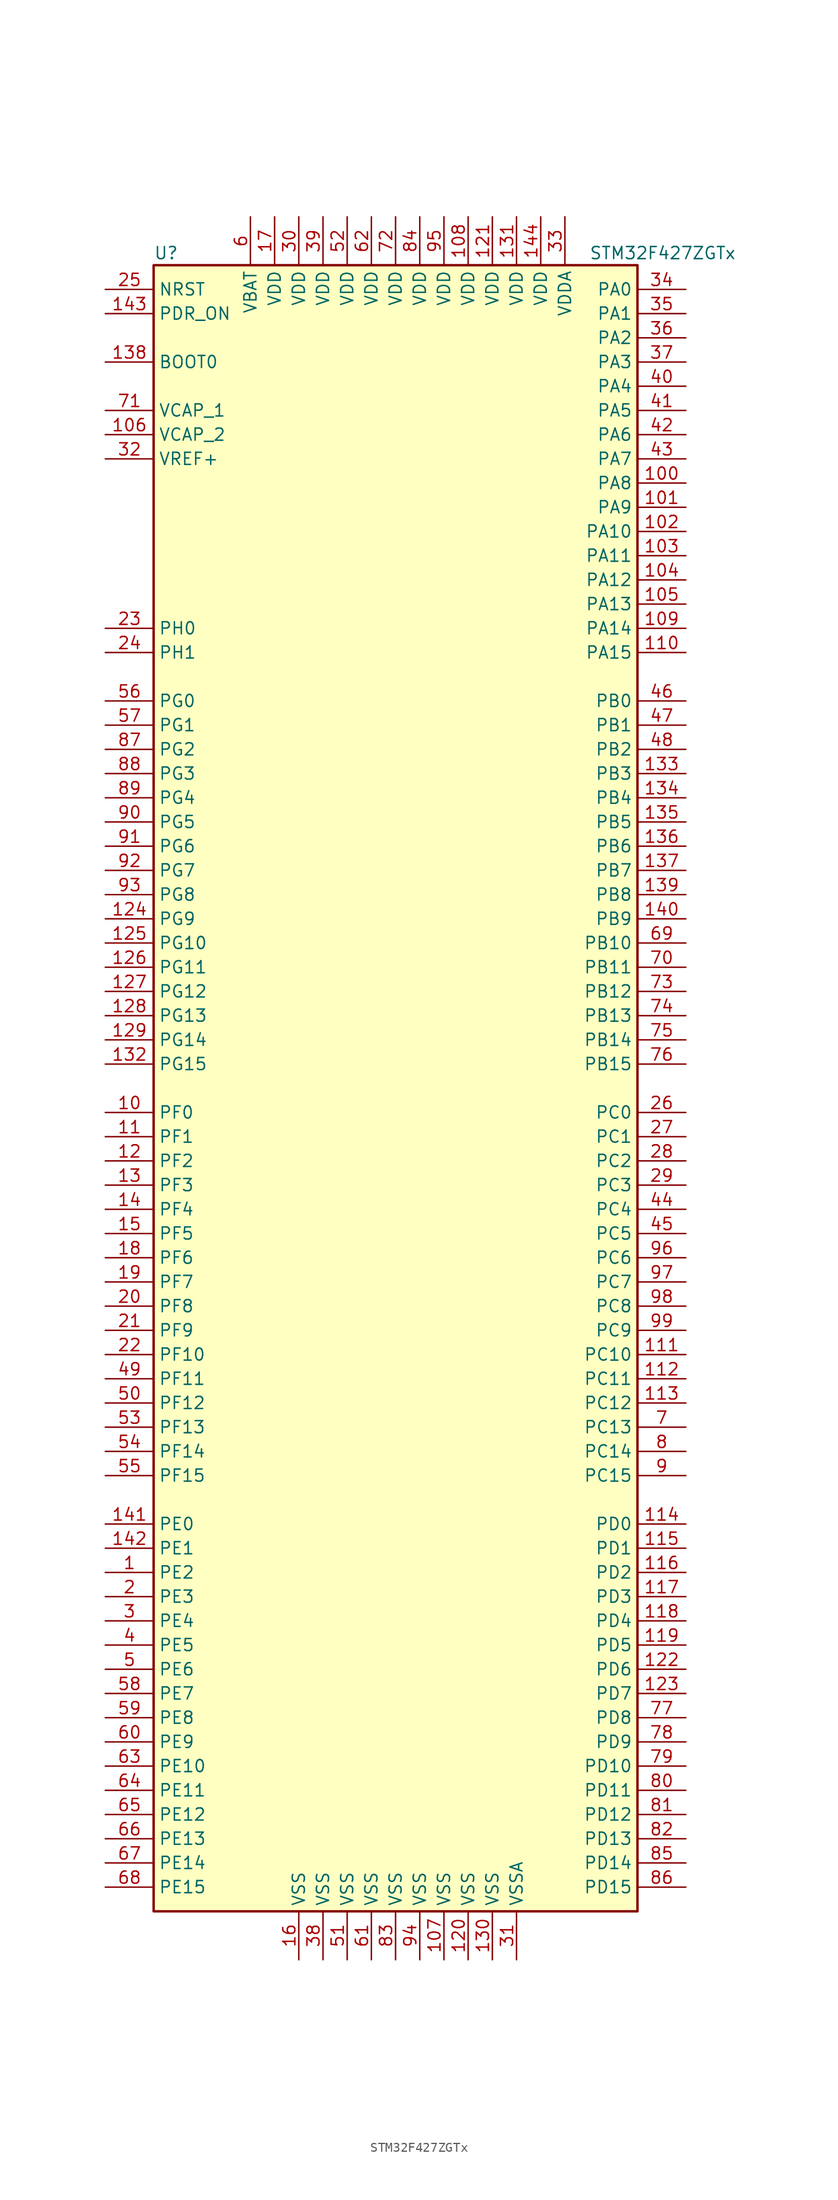
<source format=kicad_sym>
(kicad_symbol_lib
  (version 20201005)
  (generator kicad_symbol_editor)
  (symbol "MCU_ST_STM32F4:STM32F427ZGTx"
    (property "Reference" "U"
      (at -25.4 87.63 0)
      (effects (font (size 1.27 1.27)) (justify left)))
    (property "Value" "STM32F427ZGTx"
      (at 20.32 87.63 0)
      (effects (font (size 1.27 1.27)) (justify left)))
    (symbol "STM32F427ZGTx_0_1"
      (rectangle (start -25.4 -86.36) (end 25.4 86.36) (stroke (width 0.254)) (fill (type background))))
    (symbol "STM32F427ZGTx_1_1"
      (pin input line (at -30.48 76.2 0) (length 5.08) (name "BOOT0" (effects (font (size 1.27 1.27)))) (number "138" (effects (font (size 1.27 1.27)))))
      (pin input line (at -30.48 83.82 0) (length 5.08) (name "NRST" (effects (font (size 1.27 1.27)))) (number "25" (effects (font (size 1.27 1.27)))))
      (pin bidirectional line (at 30.48 83.82 180) (length 5.08) (name "PA0" (effects (font (size 1.27 1.27)))) (number "34" (effects (font (size 1.27 1.27)))))
      (pin bidirectional line (at 30.48 81.28 180) (length 5.08) (name "PA1" (effects (font (size 1.27 1.27)))) (number "35" (effects (font (size 1.27 1.27)))))
      (pin bidirectional line (at 30.48 58.42 180) (length 5.08) (name "PA10" (effects (font (size 1.27 1.27)))) (number "102" (effects (font (size 1.27 1.27)))))
      (pin bidirectional line (at 30.48 55.88 180) (length 5.08) (name "PA11" (effects (font (size 1.27 1.27)))) (number "103" (effects (font (size 1.27 1.27)))))
      (pin bidirectional line (at 30.48 53.34 180) (length 5.08) (name "PA12" (effects (font (size 1.27 1.27)))) (number "104" (effects (font (size 1.27 1.27)))))
      (pin bidirectional line (at 30.48 50.8 180) (length 5.08) (name "PA13" (effects (font (size 1.27 1.27)))) (number "105" (effects (font (size 1.27 1.27)))))
      (pin bidirectional line (at 30.48 48.26 180) (length 5.08) (name "PA14" (effects (font (size 1.27 1.27)))) (number "109" (effects (font (size 1.27 1.27)))))
      (pin bidirectional line (at 30.48 45.72 180) (length 5.08) (name "PA15" (effects (font (size 1.27 1.27)))) (number "110" (effects (font (size 1.27 1.27)))))
      (pin bidirectional line (at 30.48 78.74 180) (length 5.08) (name "PA2" (effects (font (size 1.27 1.27)))) (number "36" (effects (font (size 1.27 1.27)))))
      (pin bidirectional line (at 30.48 76.2 180) (length 5.08) (name "PA3" (effects (font (size 1.27 1.27)))) (number "37" (effects (font (size 1.27 1.27)))))
      (pin bidirectional line (at 30.48 73.66 180) (length 5.08) (name "PA4" (effects (font (size 1.27 1.27)))) (number "40" (effects (font (size 1.27 1.27)))))
      (pin bidirectional line (at 30.48 71.12 180) (length 5.08) (name "PA5" (effects (font (size 1.27 1.27)))) (number "41" (effects (font (size 1.27 1.27)))))
      (pin bidirectional line (at 30.48 68.58 180) (length 5.08) (name "PA6" (effects (font (size 1.27 1.27)))) (number "42" (effects (font (size 1.27 1.27)))))
      (pin bidirectional line (at 30.48 66.04 180) (length 5.08) (name "PA7" (effects (font (size 1.27 1.27)))) (number "43" (effects (font (size 1.27 1.27)))))
      (pin bidirectional line (at 30.48 63.5 180) (length 5.08) (name "PA8" (effects (font (size 1.27 1.27)))) (number "100" (effects (font (size 1.27 1.27)))))
      (pin bidirectional line (at 30.48 60.96 180) (length 5.08) (name "PA9" (effects (font (size 1.27 1.27)))) (number "101" (effects (font (size 1.27 1.27)))))
      (pin bidirectional line (at 30.48 40.64 180) (length 5.08) (name "PB0" (effects (font (size 1.27 1.27)))) (number "46" (effects (font (size 1.27 1.27)))))
      (pin bidirectional line (at 30.48 38.1 180) (length 5.08) (name "PB1" (effects (font (size 1.27 1.27)))) (number "47" (effects (font (size 1.27 1.27)))))
      (pin bidirectional line (at 30.48 15.24 180) (length 5.08) (name "PB10" (effects (font (size 1.27 1.27)))) (number "69" (effects (font (size 1.27 1.27)))))
      (pin bidirectional line (at 30.48 12.7 180) (length 5.08) (name "PB11" (effects (font (size 1.27 1.27)))) (number "70" (effects (font (size 1.27 1.27)))))
      (pin bidirectional line (at 30.48 10.16 180) (length 5.08) (name "PB12" (effects (font (size 1.27 1.27)))) (number "73" (effects (font (size 1.27 1.27)))))
      (pin bidirectional line (at 30.48 7.62 180) (length 5.08) (name "PB13" (effects (font (size 1.27 1.27)))) (number "74" (effects (font (size 1.27 1.27)))))
      (pin bidirectional line (at 30.48 5.08 180) (length 5.08) (name "PB14" (effects (font (size 1.27 1.27)))) (number "75" (effects (font (size 1.27 1.27)))))
      (pin bidirectional line (at 30.48 2.54 180) (length 5.08) (name "PB15" (effects (font (size 1.27 1.27)))) (number "76" (effects (font (size 1.27 1.27)))))
      (pin bidirectional line (at 30.48 35.56 180) (length 5.08) (name "PB2" (effects (font (size 1.27 1.27)))) (number "48" (effects (font (size 1.27 1.27)))))
      (pin bidirectional line (at 30.48 33.02 180) (length 5.08) (name "PB3" (effects (font (size 1.27 1.27)))) (number "133" (effects (font (size 1.27 1.27)))))
      (pin bidirectional line (at 30.48 30.48 180) (length 5.08) (name "PB4" (effects (font (size 1.27 1.27)))) (number "134" (effects (font (size 1.27 1.27)))))
      (pin bidirectional line (at 30.48 27.94 180) (length 5.08) (name "PB5" (effects (font (size 1.27 1.27)))) (number "135" (effects (font (size 1.27 1.27)))))
      (pin bidirectional line (at 30.48 25.4 180) (length 5.08) (name "PB6" (effects (font (size 1.27 1.27)))) (number "136" (effects (font (size 1.27 1.27)))))
      (pin bidirectional line (at 30.48 22.86 180) (length 5.08) (name "PB7" (effects (font (size 1.27 1.27)))) (number "137" (effects (font (size 1.27 1.27)))))
      (pin bidirectional line (at 30.48 20.32 180) (length 5.08) (name "PB8" (effects (font (size 1.27 1.27)))) (number "139" (effects (font (size 1.27 1.27)))))
      (pin bidirectional line (at 30.48 17.78 180) (length 5.08) (name "PB9" (effects (font (size 1.27 1.27)))) (number "140" (effects (font (size 1.27 1.27)))))
      (pin bidirectional line (at 30.48 -2.54 180) (length 5.08) (name "PC0" (effects (font (size 1.27 1.27)))) (number "26" (effects (font (size 1.27 1.27)))))
      (pin bidirectional line (at 30.48 -5.08 180) (length 5.08) (name "PC1" (effects (font (size 1.27 1.27)))) (number "27" (effects (font (size 1.27 1.27)))))
      (pin bidirectional line (at 30.48 -27.94 180) (length 5.08) (name "PC10" (effects (font (size 1.27 1.27)))) (number "111" (effects (font (size 1.27 1.27)))))
      (pin bidirectional line (at 30.48 -30.48 180) (length 5.08) (name "PC11" (effects (font (size 1.27 1.27)))) (number "112" (effects (font (size 1.27 1.27)))))
      (pin bidirectional line (at 30.48 -33.02 180) (length 5.08) (name "PC12" (effects (font (size 1.27 1.27)))) (number "113" (effects (font (size 1.27 1.27)))))
      (pin bidirectional line (at 30.48 -35.56 180) (length 5.08) (name "PC13" (effects (font (size 1.27 1.27)))) (number "7" (effects (font (size 1.27 1.27)))))
      (pin bidirectional line (at 30.48 -38.1 180) (length 5.08) (name "PC14" (effects (font (size 1.27 1.27)))) (number "8" (effects (font (size 1.27 1.27)))))
      (pin bidirectional line (at 30.48 -40.64 180) (length 5.08) (name "PC15" (effects (font (size 1.27 1.27)))) (number "9" (effects (font (size 1.27 1.27)))))
      (pin bidirectional line (at 30.48 -7.62 180) (length 5.08) (name "PC2" (effects (font (size 1.27 1.27)))) (number "28" (effects (font (size 1.27 1.27)))))
      (pin bidirectional line (at 30.48 -10.16 180) (length 5.08) (name "PC3" (effects (font (size 1.27 1.27)))) (number "29" (effects (font (size 1.27 1.27)))))
      (pin bidirectional line (at 30.48 -12.7 180) (length 5.08) (name "PC4" (effects (font (size 1.27 1.27)))) (number "44" (effects (font (size 1.27 1.27)))))
      (pin bidirectional line (at 30.48 -15.24 180) (length 5.08) (name "PC5" (effects (font (size 1.27 1.27)))) (number "45" (effects (font (size 1.27 1.27)))))
      (pin bidirectional line (at 30.48 -17.78 180) (length 5.08) (name "PC6" (effects (font (size 1.27 1.27)))) (number "96" (effects (font (size 1.27 1.27)))))
      (pin bidirectional line (at 30.48 -20.32 180) (length 5.08) (name "PC7" (effects (font (size 1.27 1.27)))) (number "97" (effects (font (size 1.27 1.27)))))
      (pin bidirectional line (at 30.48 -22.86 180) (length 5.08) (name "PC8" (effects (font (size 1.27 1.27)))) (number "98" (effects (font (size 1.27 1.27)))))
      (pin bidirectional line (at 30.48 -25.4 180) (length 5.08) (name "PC9" (effects (font (size 1.27 1.27)))) (number "99" (effects (font (size 1.27 1.27)))))
      (pin bidirectional line (at 30.48 -45.72 180) (length 5.08) (name "PD0" (effects (font (size 1.27 1.27)))) (number "114" (effects (font (size 1.27 1.27)))))
      (pin bidirectional line (at 30.48 -48.26 180) (length 5.08) (name "PD1" (effects (font (size 1.27 1.27)))) (number "115" (effects (font (size 1.27 1.27)))))
      (pin bidirectional line (at 30.48 -71.12 180) (length 5.08) (name "PD10" (effects (font (size 1.27 1.27)))) (number "79" (effects (font (size 1.27 1.27)))))
      (pin bidirectional line (at 30.48 -73.66 180) (length 5.08) (name "PD11" (effects (font (size 1.27 1.27)))) (number "80" (effects (font (size 1.27 1.27)))))
      (pin bidirectional line (at 30.48 -76.2 180) (length 5.08) (name "PD12" (effects (font (size 1.27 1.27)))) (number "81" (effects (font (size 1.27 1.27)))))
      (pin bidirectional line (at 30.48 -78.74 180) (length 5.08) (name "PD13" (effects (font (size 1.27 1.27)))) (number "82" (effects (font (size 1.27 1.27)))))
      (pin bidirectional line (at 30.48 -81.28 180) (length 5.08) (name "PD14" (effects (font (size 1.27 1.27)))) (number "85" (effects (font (size 1.27 1.27)))))
      (pin bidirectional line (at 30.48 -83.82 180) (length 5.08) (name "PD15" (effects (font (size 1.27 1.27)))) (number "86" (effects (font (size 1.27 1.27)))))
      (pin bidirectional line (at 30.48 -50.8 180) (length 5.08) (name "PD2" (effects (font (size 1.27 1.27)))) (number "116" (effects (font (size 1.27 1.27)))))
      (pin bidirectional line (at 30.48 -53.34 180) (length 5.08) (name "PD3" (effects (font (size 1.27 1.27)))) (number "117" (effects (font (size 1.27 1.27)))))
      (pin bidirectional line (at 30.48 -55.88 180) (length 5.08) (name "PD4" (effects (font (size 1.27 1.27)))) (number "118" (effects (font (size 1.27 1.27)))))
      (pin bidirectional line (at 30.48 -58.42 180) (length 5.08) (name "PD5" (effects (font (size 1.27 1.27)))) (number "119" (effects (font (size 1.27 1.27)))))
      (pin bidirectional line (at 30.48 -60.96 180) (length 5.08) (name "PD6" (effects (font (size 1.27 1.27)))) (number "122" (effects (font (size 1.27 1.27)))))
      (pin bidirectional line (at 30.48 -63.5 180) (length 5.08) (name "PD7" (effects (font (size 1.27 1.27)))) (number "123" (effects (font (size 1.27 1.27)))))
      (pin bidirectional line (at 30.48 -66.04 180) (length 5.08) (name "PD8" (effects (font (size 1.27 1.27)))) (number "77" (effects (font (size 1.27 1.27)))))
      (pin bidirectional line (at 30.48 -68.58 180) (length 5.08) (name "PD9" (effects (font (size 1.27 1.27)))) (number "78" (effects (font (size 1.27 1.27)))))
      (pin input line (at -30.48 81.28 0) (length 5.08) (name "PDR_ON" (effects (font (size 1.27 1.27)))) (number "143" (effects (font (size 1.27 1.27)))))
      (pin bidirectional line (at -30.48 -45.72 0) (length 5.08) (name "PE0" (effects (font (size 1.27 1.27)))) (number "141" (effects (font (size 1.27 1.27)))))
      (pin bidirectional line (at -30.48 -48.26 0) (length 5.08) (name "PE1" (effects (font (size 1.27 1.27)))) (number "142" (effects (font (size 1.27 1.27)))))
      (pin bidirectional line (at -30.48 -71.12 0) (length 5.08) (name "PE10" (effects (font (size 1.27 1.27)))) (number "63" (effects (font (size 1.27 1.27)))))
      (pin bidirectional line (at -30.48 -73.66 0) (length 5.08) (name "PE11" (effects (font (size 1.27 1.27)))) (number "64" (effects (font (size 1.27 1.27)))))
      (pin bidirectional line (at -30.48 -76.2 0) (length 5.08) (name "PE12" (effects (font (size 1.27 1.27)))) (number "65" (effects (font (size 1.27 1.27)))))
      (pin bidirectional line (at -30.48 -78.74 0) (length 5.08) (name "PE13" (effects (font (size 1.27 1.27)))) (number "66" (effects (font (size 1.27 1.27)))))
      (pin bidirectional line (at -30.48 -81.28 0) (length 5.08) (name "PE14" (effects (font (size 1.27 1.27)))) (number "67" (effects (font (size 1.27 1.27)))))
      (pin bidirectional line (at -30.48 -83.82 0) (length 5.08) (name "PE15" (effects (font (size 1.27 1.27)))) (number "68" (effects (font (size 1.27 1.27)))))
      (pin bidirectional line (at -30.48 -50.8 0) (length 5.08) (name "PE2" (effects (font (size 1.27 1.27)))) (number "1" (effects (font (size 1.27 1.27)))))
      (pin bidirectional line (at -30.48 -53.34 0) (length 5.08) (name "PE3" (effects (font (size 1.27 1.27)))) (number "2" (effects (font (size 1.27 1.27)))))
      (pin bidirectional line (at -30.48 -55.88 0) (length 5.08) (name "PE4" (effects (font (size 1.27 1.27)))) (number "3" (effects (font (size 1.27 1.27)))))
      (pin bidirectional line (at -30.48 -58.42 0) (length 5.08) (name "PE5" (effects (font (size 1.27 1.27)))) (number "4" (effects (font (size 1.27 1.27)))))
      (pin bidirectional line (at -30.48 -60.96 0) (length 5.08) (name "PE6" (effects (font (size 1.27 1.27)))) (number "5" (effects (font (size 1.27 1.27)))))
      (pin bidirectional line (at -30.48 -63.5 0) (length 5.08) (name "PE7" (effects (font (size 1.27 1.27)))) (number "58" (effects (font (size 1.27 1.27)))))
      (pin bidirectional line (at -30.48 -66.04 0) (length 5.08) (name "PE8" (effects (font (size 1.27 1.27)))) (number "59" (effects (font (size 1.27 1.27)))))
      (pin bidirectional line (at -30.48 -68.58 0) (length 5.08) (name "PE9" (effects (font (size 1.27 1.27)))) (number "60" (effects (font (size 1.27 1.27)))))
      (pin bidirectional line (at -30.48 -2.54 0) (length 5.08) (name "PF0" (effects (font (size 1.27 1.27)))) (number "10" (effects (font (size 1.27 1.27)))))
      (pin bidirectional line (at -30.48 -5.08 0) (length 5.08) (name "PF1" (effects (font (size 1.27 1.27)))) (number "11" (effects (font (size 1.27 1.27)))))
      (pin bidirectional line (at -30.48 -27.94 0) (length 5.08) (name "PF10" (effects (font (size 1.27 1.27)))) (number "22" (effects (font (size 1.27 1.27)))))
      (pin bidirectional line (at -30.48 -30.48 0) (length 5.08) (name "PF11" (effects (font (size 1.27 1.27)))) (number "49" (effects (font (size 1.27 1.27)))))
      (pin bidirectional line (at -30.48 -33.02 0) (length 5.08) (name "PF12" (effects (font (size 1.27 1.27)))) (number "50" (effects (font (size 1.27 1.27)))))
      (pin bidirectional line (at -30.48 -35.56 0) (length 5.08) (name "PF13" (effects (font (size 1.27 1.27)))) (number "53" (effects (font (size 1.27 1.27)))))
      (pin bidirectional line (at -30.48 -38.1 0) (length 5.08) (name "PF14" (effects (font (size 1.27 1.27)))) (number "54" (effects (font (size 1.27 1.27)))))
      (pin bidirectional line (at -30.48 -40.64 0) (length 5.08) (name "PF15" (effects (font (size 1.27 1.27)))) (number "55" (effects (font (size 1.27 1.27)))))
      (pin bidirectional line (at -30.48 -7.62 0) (length 5.08) (name "PF2" (effects (font (size 1.27 1.27)))) (number "12" (effects (font (size 1.27 1.27)))))
      (pin bidirectional line (at -30.48 -10.16 0) (length 5.08) (name "PF3" (effects (font (size 1.27 1.27)))) (number "13" (effects (font (size 1.27 1.27)))))
      (pin bidirectional line (at -30.48 -12.7 0) (length 5.08) (name "PF4" (effects (font (size 1.27 1.27)))) (number "14" (effects (font (size 1.27 1.27)))))
      (pin bidirectional line (at -30.48 -15.24 0) (length 5.08) (name "PF5" (effects (font (size 1.27 1.27)))) (number "15" (effects (font (size 1.27 1.27)))))
      (pin bidirectional line (at -30.48 -17.78 0) (length 5.08) (name "PF6" (effects (font (size 1.27 1.27)))) (number "18" (effects (font (size 1.27 1.27)))))
      (pin bidirectional line (at -30.48 -20.32 0) (length 5.08) (name "PF7" (effects (font (size 1.27 1.27)))) (number "19" (effects (font (size 1.27 1.27)))))
      (pin bidirectional line (at -30.48 -22.86 0) (length 5.08) (name "PF8" (effects (font (size 1.27 1.27)))) (number "20" (effects (font (size 1.27 1.27)))))
      (pin bidirectional line (at -30.48 -25.4 0) (length 5.08) (name "PF9" (effects (font (size 1.27 1.27)))) (number "21" (effects (font (size 1.27 1.27)))))
      (pin bidirectional line (at -30.48 40.64 0) (length 5.08) (name "PG0" (effects (font (size 1.27 1.27)))) (number "56" (effects (font (size 1.27 1.27)))))
      (pin bidirectional line (at -30.48 38.1 0) (length 5.08) (name "PG1" (effects (font (size 1.27 1.27)))) (number "57" (effects (font (size 1.27 1.27)))))
      (pin bidirectional line (at -30.48 15.24 0) (length 5.08) (name "PG10" (effects (font (size 1.27 1.27)))) (number "125" (effects (font (size 1.27 1.27)))))
      (pin bidirectional line (at -30.48 12.7 0) (length 5.08) (name "PG11" (effects (font (size 1.27 1.27)))) (number "126" (effects (font (size 1.27 1.27)))))
      (pin bidirectional line (at -30.48 10.16 0) (length 5.08) (name "PG12" (effects (font (size 1.27 1.27)))) (number "127" (effects (font (size 1.27 1.27)))))
      (pin bidirectional line (at -30.48 7.62 0) (length 5.08) (name "PG13" (effects (font (size 1.27 1.27)))) (number "128" (effects (font (size 1.27 1.27)))))
      (pin bidirectional line (at -30.48 5.08 0) (length 5.08) (name "PG14" (effects (font (size 1.27 1.27)))) (number "129" (effects (font (size 1.27 1.27)))))
      (pin bidirectional line (at -30.48 2.54 0) (length 5.08) (name "PG15" (effects (font (size 1.27 1.27)))) (number "132" (effects (font (size 1.27 1.27)))))
      (pin bidirectional line (at -30.48 35.56 0) (length 5.08) (name "PG2" (effects (font (size 1.27 1.27)))) (number "87" (effects (font (size 1.27 1.27)))))
      (pin bidirectional line (at -30.48 33.02 0) (length 5.08) (name "PG3" (effects (font (size 1.27 1.27)))) (number "88" (effects (font (size 1.27 1.27)))))
      (pin bidirectional line (at -30.48 30.48 0) (length 5.08) (name "PG4" (effects (font (size 1.27 1.27)))) (number "89" (effects (font (size 1.27 1.27)))))
      (pin bidirectional line (at -30.48 27.94 0) (length 5.08) (name "PG5" (effects (font (size 1.27 1.27)))) (number "90" (effects (font (size 1.27 1.27)))))
      (pin bidirectional line (at -30.48 25.4 0) (length 5.08) (name "PG6" (effects (font (size 1.27 1.27)))) (number "91" (effects (font (size 1.27 1.27)))))
      (pin bidirectional line (at -30.48 22.86 0) (length 5.08) (name "PG7" (effects (font (size 1.27 1.27)))) (number "92" (effects (font (size 1.27 1.27)))))
      (pin bidirectional line (at -30.48 20.32 0) (length 5.08) (name "PG8" (effects (font (size 1.27 1.27)))) (number "93" (effects (font (size 1.27 1.27)))))
      (pin bidirectional line (at -30.48 17.78 0) (length 5.08) (name "PG9" (effects (font (size 1.27 1.27)))) (number "124" (effects (font (size 1.27 1.27)))))
      (pin input line (at -30.48 48.26 0) (length 5.08) (name "PH0" (effects (font (size 1.27 1.27)))) (number "23" (effects (font (size 1.27 1.27)))))
      (pin input line (at -30.48 45.72 0) (length 5.08) (name "PH1" (effects (font (size 1.27 1.27)))) (number "24" (effects (font (size 1.27 1.27)))))
      (pin power_in line (at -15.24 91.44 270) (length 5.08) (name "VBAT" (effects (font (size 1.27 1.27)))) (number "6" (effects (font (size 1.27 1.27)))))
      (pin power_in line (at -30.48 71.12 0) (length 5.08) (name "VCAP_1" (effects (font (size 1.27 1.27)))) (number "71" (effects (font (size 1.27 1.27)))))
      (pin power_in line (at -30.48 68.58 0) (length 5.08) (name "VCAP_2" (effects (font (size 1.27 1.27)))) (number "106" (effects (font (size 1.27 1.27)))))
      (pin power_in line (at 7.62 91.44 270) (length 5.08) (name "VDD" (effects (font (size 1.27 1.27)))) (number "108" (effects (font (size 1.27 1.27)))))
      (pin power_in line (at 10.16 91.44 270) (length 5.08) (name "VDD" (effects (font (size 1.27 1.27)))) (number "121" (effects (font (size 1.27 1.27)))))
      (pin power_in line (at 12.7 91.44 270) (length 5.08) (name "VDD" (effects (font (size 1.27 1.27)))) (number "131" (effects (font (size 1.27 1.27)))))
      (pin power_in line (at 15.24 91.44 270) (length 5.08) (name "VDD" (effects (font (size 1.27 1.27)))) (number "144" (effects (font (size 1.27 1.27)))))
      (pin power_in line (at -12.7 91.44 270) (length 5.08) (name "VDD" (effects (font (size 1.27 1.27)))) (number "17" (effects (font (size 1.27 1.27)))))
      (pin power_in line (at -10.16 91.44 270) (length 5.08) (name "VDD" (effects (font (size 1.27 1.27)))) (number "30" (effects (font (size 1.27 1.27)))))
      (pin power_in line (at -7.62 91.44 270) (length 5.08) (name "VDD" (effects (font (size 1.27 1.27)))) (number "39" (effects (font (size 1.27 1.27)))))
      (pin power_in line (at -5.08 91.44 270) (length 5.08) (name "VDD" (effects (font (size 1.27 1.27)))) (number "52" (effects (font (size 1.27 1.27)))))
      (pin power_in line (at -2.54 91.44 270) (length 5.08) (name "VDD" (effects (font (size 1.27 1.27)))) (number "62" (effects (font (size 1.27 1.27)))))
      (pin power_in line (at 0 91.44 270) (length 5.08) (name "VDD" (effects (font (size 1.27 1.27)))) (number "72" (effects (font (size 1.27 1.27)))))
      (pin power_in line (at 2.54 91.44 270) (length 5.08) (name "VDD" (effects (font (size 1.27 1.27)))) (number "84" (effects (font (size 1.27 1.27)))))
      (pin power_in line (at 5.08 91.44 270) (length 5.08) (name "VDD" (effects (font (size 1.27 1.27)))) (number "95" (effects (font (size 1.27 1.27)))))
      (pin power_in line (at 17.78 91.44 270) (length 5.08) (name "VDDA" (effects (font (size 1.27 1.27)))) (number "33" (effects (font (size 1.27 1.27)))))
      (pin power_in line (at -30.48 66.04 0) (length 5.08) (name "VREF+" (effects (font (size 1.27 1.27)))) (number "32" (effects (font (size 1.27 1.27)))))
      (pin power_in line (at 5.08 -91.44 90) (length 5.08) (name "VSS" (effects (font (size 1.27 1.27)))) (number "107" (effects (font (size 1.27 1.27)))))
      (pin power_in line (at 7.62 -91.44 90) (length 5.08) (name "VSS" (effects (font (size 1.27 1.27)))) (number "120" (effects (font (size 1.27 1.27)))))
      (pin power_in line (at 10.16 -91.44 90) (length 5.08) (name "VSS" (effects (font (size 1.27 1.27)))) (number "130" (effects (font (size 1.27 1.27)))))
      (pin power_in line (at -10.16 -91.44 90) (length 5.08) (name "VSS" (effects (font (size 1.27 1.27)))) (number "16" (effects (font (size 1.27 1.27)))))
      (pin power_in line (at -7.62 -91.44 90) (length 5.08) (name "VSS" (effects (font (size 1.27 1.27)))) (number "38" (effects (font (size 1.27 1.27)))))
      (pin power_in line (at -5.08 -91.44 90) (length 5.08) (name "VSS" (effects (font (size 1.27 1.27)))) (number "51" (effects (font (size 1.27 1.27)))))
      (pin power_in line (at -2.54 -91.44 90) (length 5.08) (name "VSS" (effects (font (size 1.27 1.27)))) (number "61" (effects (font (size 1.27 1.27)))))
      (pin power_in line (at 0 -91.44 90) (length 5.08) (name "VSS" (effects (font (size 1.27 1.27)))) (number "83" (effects (font (size 1.27 1.27)))))
      (pin power_in line (at 2.54 -91.44 90) (length 5.08) (name "VSS" (effects (font (size 1.27 1.27)))) (number "94" (effects (font (size 1.27 1.27)))))
      (pin power_in line (at 12.7 -91.44 90) (length 5.08) (name "VSSA" (effects (font (size 1.27 1.27)))) (number "31" (effects (font (size 1.27 1.27))))))))
</source>
